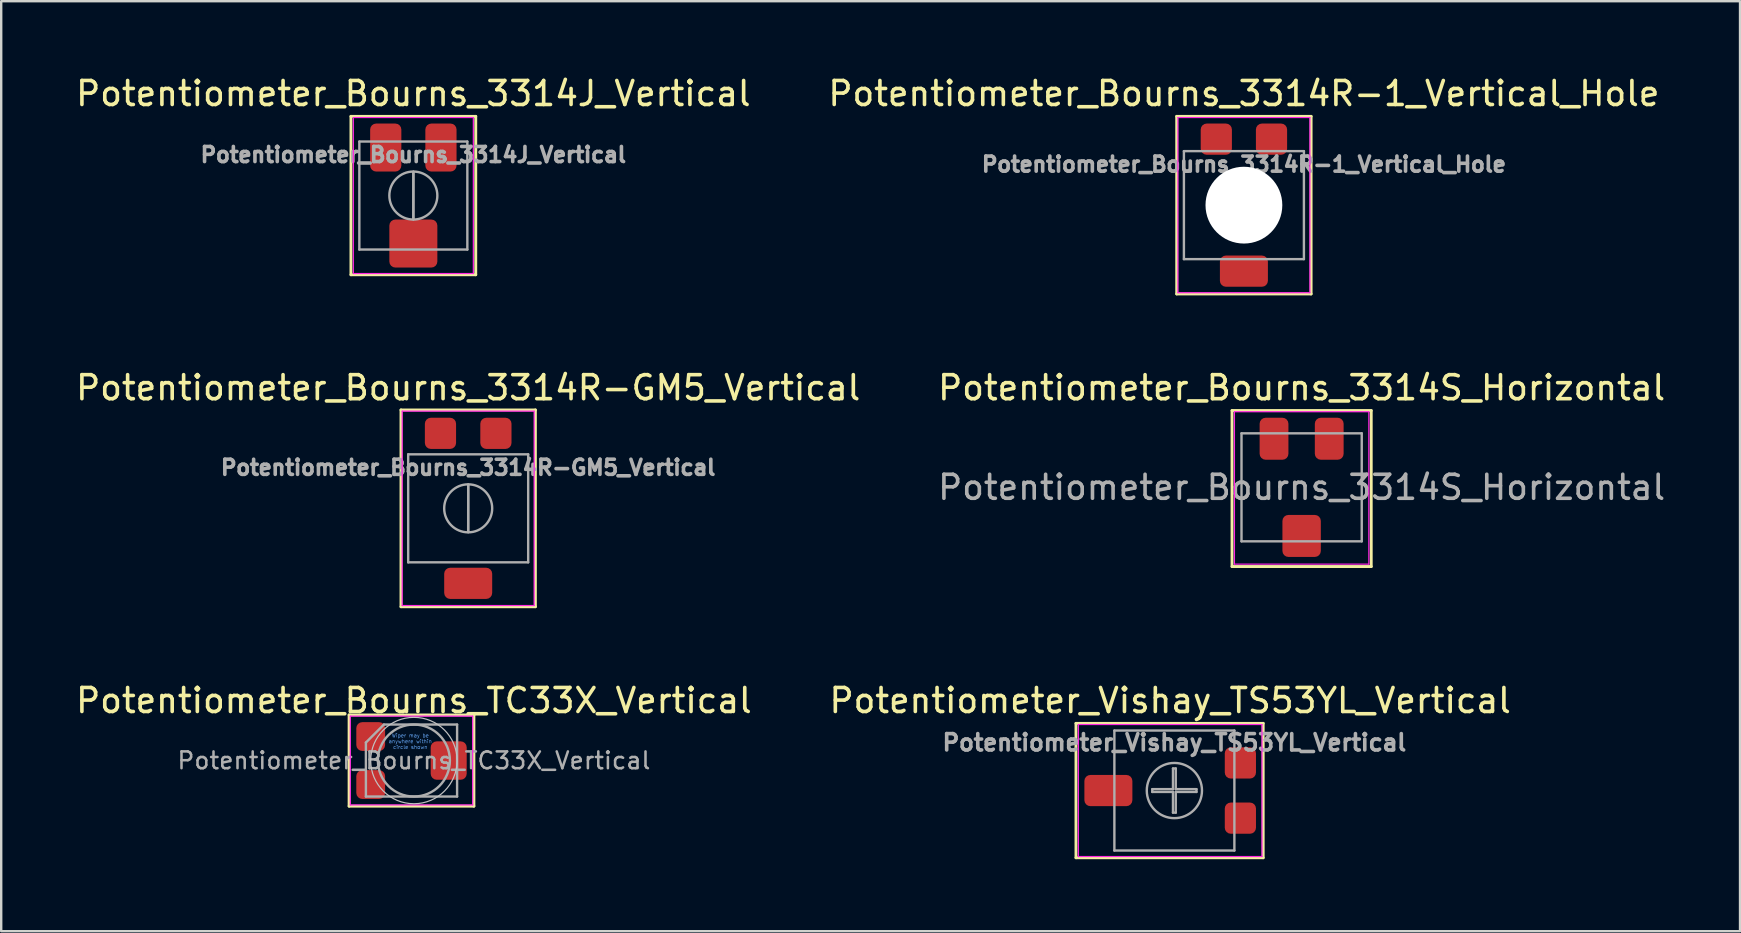
<source format=kicad_pcb>
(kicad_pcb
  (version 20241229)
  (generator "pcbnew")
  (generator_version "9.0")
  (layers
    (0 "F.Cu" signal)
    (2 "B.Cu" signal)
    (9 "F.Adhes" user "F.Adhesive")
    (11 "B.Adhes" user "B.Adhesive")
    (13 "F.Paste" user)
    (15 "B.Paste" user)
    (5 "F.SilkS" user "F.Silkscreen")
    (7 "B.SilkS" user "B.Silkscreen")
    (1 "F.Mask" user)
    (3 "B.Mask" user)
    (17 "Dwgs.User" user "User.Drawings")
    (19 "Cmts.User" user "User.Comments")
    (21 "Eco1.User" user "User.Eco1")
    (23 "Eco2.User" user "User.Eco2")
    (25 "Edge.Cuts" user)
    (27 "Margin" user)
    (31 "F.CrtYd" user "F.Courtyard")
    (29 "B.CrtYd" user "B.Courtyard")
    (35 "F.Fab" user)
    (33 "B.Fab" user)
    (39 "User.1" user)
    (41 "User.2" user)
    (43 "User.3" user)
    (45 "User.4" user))
  (footprint "Potentiometer_Vishay_TS53YL_Vertical"
    (layer "F.Cu")
    (at 45.883 29.89)
    (property "Reference" "Potentiometer_Vishay_TS53YL_Vertical" (at -0.175 -3.75 0) (layer "F.SilkS") (effects (font (size 1 1) (thickness 0.15))))
    (attr smd)
    (fp_line (start -4.1 -2.8) (end 3.7 -2.8) (stroke (width 0.12) (type solid)) (layer "F.SilkS"))
    (fp_line (start -4.1 2.8) (end -4.1 -2.8) (stroke (width 0.12) (type solid)) (layer "F.SilkS"))
    (fp_line (start 3.7 -2.8) (end 3.7 2.8) (stroke (width 0.12) (type solid)) (layer "F.SilkS"))
    (fp_line (start 3.7 2.8) (end -4.1 2.8) (stroke (width 0.12) (type solid)) (layer "F.SilkS"))
    (fp_line (start -4 -2.75) (end -4 2.75) (stroke (width 0.05) (type solid)) (layer "F.CrtYd"))
    (fp_line (start -4 2.75) (end 3.65 2.75) (stroke (width 0.05) (type solid)) (layer "F.CrtYd"))
    (fp_line (start 3.65 -2.75) (end -4 -2.75) (stroke (width 0.05) (type solid)) (layer "F.CrtYd"))
    (fp_line (start 3.65 2.75) (end 3.65 -2.75) (stroke (width 0.05) (type solid)) (layer "F.CrtYd"))
    (fp_line (start -2.5 -2.5) (end -2.5 2.5) (stroke (width 0.1) (type solid)) (layer "F.Fab"))
    (fp_line (start -2.5 2.5) (end 2.5 2.5) (stroke (width 0.1) (type solid)) (layer "F.Fab"))
    (fp_line (start -0.92 -0.058) (end -0.058 -0.058) (stroke (width 0.1) (type solid)) (layer "F.Fab"))
    (fp_line (start -0.92 0.058) (end -0.92 -0.058) (stroke (width 0.1) (type solid)) (layer "F.Fab"))
    (fp_line (start -0.058 -0.92) (end 0.058 -0.92) (stroke (width 0.1) (type solid)) (layer "F.Fab"))
    (fp_line (start -0.058 -0.058) (end -0.058 -0.92) (stroke (width 0.1) (type solid)) (layer "F.Fab"))
    (fp_line (start -0.058 0.058) (end -0.92 0.058) (stroke (width 0.1) (type solid)) (layer "F.Fab"))
    (fp_line (start -0.058 0.92) (end -0.058 0.058) (stroke (width 0.1) (type solid)) (layer "F.Fab"))
    (fp_line (start 0.058 -0.92) (end 0.058 -0.058) (stroke (width 0.1) (type solid)) (layer "F.Fab"))
    (fp_line (start 0.058 -0.058) (end 0.92 -0.058) (stroke (width 0.1) (type solid)) (layer "F.Fab"))
    (fp_line (start 0.058 0.058) (end 0.058 0.92) (stroke (width 0.1) (type solid)) (layer "F.Fab"))
    (fp_line (start 0.058 0.92) (end -0.058 0.92) (stroke (width 0.1) (type solid)) (layer "F.Fab"))
    (fp_line (start 0.92 -0.058) (end 0.92 0.058) (stroke (width 0.1) (type solid)) (layer "F.Fab"))
    (fp_line (start 0.92 0.058) (end 0.058 0.058) (stroke (width 0.1) (type solid)) (layer "F.Fab"))
    (fp_line (start 2.5 -2.5) (end -2.5 -2.5) (stroke (width 0.1) (type solid)) (layer "F.Fab"))
    (fp_line (start 2.5 2.5) (end 2.5 -2.5) (stroke (width 0.1) (type solid)) (layer "F.Fab"))
    (fp_circle (center 0 0) (end 1.15 0) (stroke (width 0.1) (type solid)) (fill no) (layer "F.Fab"))
    (fp_text user "${REFERENCE}" (at 0 -2 0) (layer "F.Fab") (effects (font (size 0.68 0.68) (thickness 0.15))))
    (pad "1" smd roundrect (at 2.75 -1.15) (size 1.3 1.3) (layers "F.Cu" "F.Mask" "F.Paste") (roundrect_rratio 0.192))
    (pad "2" smd roundrect (at -2.75 0) (size 2 1.3) (layers "F.Cu" "F.Mask" "F.Paste") (roundrect_rratio 0.192))
    (pad "3" smd roundrect (at 2.75 1.15) (size 1.3 1.3) (layers "F.Cu" "F.Mask" "F.Paste") (roundrect_rratio 0.192)))
  (footprint "Potentiometer_Bourns_3314S_Horizontal"
    (layer "F.Cu")
    (at 51.185 17.256)
    (property "Reference" "Potentiometer_Bourns_3314S_Horizontal" (at 0 -4.15 0) (layer "F.SilkS") (effects (font (size 1 1) (thickness 0.15))))
    (attr smd)
    (fp_line (start -2.9 -3.2) (end 2.9 -3.2) (stroke (width 0.12) (type solid)) (layer "F.SilkS"))
    (fp_line (start -2.9 3.3) (end -2.9 -3.2) (stroke (width 0.12) (type solid)) (layer "F.SilkS"))
    (fp_line (start 2.9 -3.2) (end 2.9 3.3) (stroke (width 0.12) (type solid)) (layer "F.SilkS"))
    (fp_line (start 2.9 3.3) (end -2.9 3.3) (stroke (width 0.12) (type solid)) (layer "F.SilkS"))
    (fp_line (start -2.8 -3.15) (end -2.8 3.2) (stroke (width 0.05) (type solid)) (layer "F.CrtYd"))
    (fp_line (start -2.8 3.2) (end 2.8 3.2) (stroke (width 0.05) (type solid)) (layer "F.CrtYd"))
    (fp_line (start 2.8 -3.15) (end -2.8 -3.15) (stroke (width 0.05) (type solid)) (layer "F.CrtYd"))
    (fp_line (start 2.8 3.2) (end 2.8 -3.15) (stroke (width 0.05) (type solid)) (layer "F.CrtYd"))
    (fp_line (start -2.505 -2.25) (end -2.505 2.25) (stroke (width 0.1) (type solid)) (layer "F.Fab"))
    (fp_line (start -2.505 2.25) (end 2.505 2.25) (stroke (width 0.1) (type solid)) (layer "F.Fab"))
    (fp_line (start 2.505 -2.25) (end -2.505 -2.25) (stroke (width 0.1) (type solid)) (layer "F.Fab"))
    (fp_line (start 2.505 2.25) (end 2.505 -2.25) (stroke (width 0.1) (type solid)) (layer "F.Fab"))
    (fp_text user "${REFERENCE}" (at 0 0 0) (layer "F.Fab") (effects (font (size 1 1) (thickness 0.15))))
    (pad "1" smd roundrect (at 1.15 -2.025) (size 1.2 1.75) (layers "F.Cu" "F.Mask" "F.Paste") (roundrect_rratio 0.208))
    (pad "2" smd roundrect (at 0 2.025) (size 1.6 1.75) (layers "F.Cu" "F.Mask" "F.Paste") (roundrect_rratio 0.156))
    (pad "3" smd roundrect (at -1.15 -2.025) (size 1.2 1.75) (layers "F.Cu" "F.Mask" "F.Paste") (roundrect_rratio 0.208)))
  (footprint "Potentiometer_Bourns_3314J_Vertical"
    (layer "F.Cu")
    (at 14.173 5.098)
    (property "Reference" "Potentiometer_Bourns_3314J_Vertical" (at 0 -4.25 0) (layer "F.SilkS") (effects (font (size 1 1) (thickness 0.15))))
    (attr smd)
    (fp_line (start -2.6 -3.3) (end 2.6 -3.3) (stroke (width 0.12) (type solid)) (layer "F.SilkS"))
    (fp_line (start -2.6 3.3) (end -2.6 -3.3) (stroke (width 0.12) (type solid)) (layer "F.SilkS"))
    (fp_line (start 2.6 -3.3) (end 2.6 3.3) (stroke (width 0.12) (type solid)) (layer "F.SilkS"))
    (fp_line (start 2.6 3.3) (end -2.6 3.3) (stroke (width 0.12) (type solid)) (layer "F.SilkS"))
    (fp_line (start -2.5 -3.25) (end -2.5 3.25) (stroke (width 0.05) (type solid)) (layer "F.CrtYd"))
    (fp_line (start -2.5 3.25) (end 2.5 3.25) (stroke (width 0.05) (type solid)) (layer "F.CrtYd"))
    (fp_line (start 2.5 -3.25) (end -2.5 -3.25) (stroke (width 0.05) (type solid)) (layer "F.CrtYd"))
    (fp_line (start 2.5 3.25) (end 2.5 -3.25) (stroke (width 0.05) (type solid)) (layer "F.CrtYd"))
    (fp_line (start -2.25 -2.25) (end -2.25 2.25) (stroke (width 0.1) (type solid)) (layer "F.Fab"))
    (fp_line (start -2.25 2.25) (end 2.25 2.25) (stroke (width 0.1) (type solid)) (layer "F.Fab"))
    (fp_line (start 0 0.99) (end 0.001 -0.989) (stroke (width 0.1) (type solid)) (layer "F.Fab"))
    (fp_line (start 0 0.99) (end 0.001 -0.989) (stroke (width 0.1) (type solid)) (layer "F.Fab"))
    (fp_line (start 2.25 -2.25) (end -2.25 -2.25) (stroke (width 0.1) (type solid)) (layer "F.Fab"))
    (fp_line (start 2.25 2.25) (end 2.25 -2.25) (stroke (width 0.1) (type solid)) (layer "F.Fab"))
    (fp_circle (center 0 0) (end 1 0) (stroke (width 0.1) (type solid)) (fill no) (layer "F.Fab"))
    (fp_text user "${REFERENCE}" (at 0 -1.7 0) (layer "F.Fab") (effects (font (size 0.63 0.63) (thickness 0.15))))
    (pad "1" smd roundrect (at 1.15 -2) (size 1.3 2) (layers "F.Cu" "F.Mask" "F.Paste") (roundrect_rratio 0.192))
    (pad "2" smd roundrect (at 0 2) (size 2 2) (layers "F.Cu" "F.Mask" "F.Paste") (roundrect_rratio 0.125))
    (pad "3" smd roundrect (at -1.15 -2) (size 1.3 2) (layers "F.Cu" "F.Mask" "F.Paste") (roundrect_rratio 0.192)))
  (footprint "Potentiometer_Bourns_3314R-1_Vertical_Hole"
    (layer "F.Cu")
    (at 48.78 5.498)
    (property "Reference" "Potentiometer_Bourns_3314R-1_Vertical_Hole" (at 0 -4.65 0) (layer "F.SilkS") (effects (font (size 1 1) (thickness 0.15))))
    (attr smd)
    (fp_line (start -2.8 -3.7) (end 2.8 -3.7) (stroke (width 0.12) (type solid)) (layer "F.SilkS"))
    (fp_line (start -2.8 3.7) (end -2.8 -3.7) (stroke (width 0.12) (type solid)) (layer "F.SilkS"))
    (fp_line (start 2.8 -3.7) (end 2.8 3.7) (stroke (width 0.12) (type solid)) (layer "F.SilkS"))
    (fp_line (start 2.8 3.7) (end -2.8 3.7) (stroke (width 0.12) (type solid)) (layer "F.SilkS"))
    (fp_line (start -2.75 -3.65) (end -2.75 3.65) (stroke (width 0.05) (type solid)) (layer "F.CrtYd"))
    (fp_line (start -2.75 3.65) (end 2.75 3.65) (stroke (width 0.05) (type solid)) (layer "F.CrtYd"))
    (fp_line (start 2.75 -3.65) (end -2.75 -3.65) (stroke (width 0.05) (type solid)) (layer "F.CrtYd"))
    (fp_line (start 2.75 3.65) (end 2.75 -3.65) (stroke (width 0.05) (type solid)) (layer "F.CrtYd"))
    (fp_line (start -2.5 -2.25) (end -2.5 2.25) (stroke (width 0.1) (type solid)) (layer "F.Fab"))
    (fp_line (start -2.5 2.25) (end 2.5 2.25) (stroke (width 0.1) (type solid)) (layer "F.Fab"))
    (fp_line (start 2.5 -2.25) (end -2.5 -2.25) (stroke (width 0.1) (type solid)) (layer "F.Fab"))
    (fp_line (start 2.5 2.25) (end 2.5 -2.25) (stroke (width 0.1) (type solid)) (layer "F.Fab"))
    (fp_text user "${REFERENCE}" (at 0 -1.7 0) (layer "F.Fab") (effects (font (size 0.63 0.63) (thickness 0.15))))
    (pad "" np_thru_hole circle (at 0 0) (size 3.2 3.2) (drill 3.2) (layers "*.Cu" "*.Mask"))
    (pad "1" smd roundrect (at 1.15 -2.75) (size 1.3 1.3) (layers "F.Cu" "F.Mask" "F.Paste") (roundrect_rratio 0.192))
    (pad "2" smd roundrect (at 0 2.75) (size 2 1.3) (layers "F.Cu" "F.Mask" "F.Paste") (roundrect_rratio 0.192))
    (pad "3" smd roundrect (at -1.15 -2.75) (size 1.3 1.3) (layers "F.Cu" "F.Mask" "F.Paste") (roundrect_rratio 0.192)))
  (footprint "Potentiometer_Bourns_3314R-GM5_Vertical"
    (layer "F.Cu")
    (at 16.458 18.131)
    (property "Reference" "Potentiometer_Bourns_3314R-GM5_Vertical" (at 0 -5.025 0) (layer "F.SilkS") (effects (font (size 1 1) (thickness 0.15))))
    (attr smd)
    (fp_line (start -2.8 -4.1) (end -2.8 4.1) (stroke (width 0.12) (type solid)) (layer "F.SilkS"))
    (fp_line (start -2.8 4.1) (end 2.8 4.1) (stroke (width 0.12) (type solid)) (layer "F.SilkS"))
    (fp_line (start 2.8 -4.1) (end -2.8 -4.1) (stroke (width 0.12) (type solid)) (layer "F.SilkS"))
    (fp_line (start 2.8 4.1) (end 2.8 -4.1) (stroke (width 0.12) (type solid)) (layer "F.SilkS"))
    (fp_line (start -2.75 -4.05) (end -2.75 4.05) (stroke (width 0.05) (type solid)) (layer "F.CrtYd"))
    (fp_line (start -2.75 4.05) (end 2.75 4.05) (stroke (width 0.05) (type solid)) (layer "F.CrtYd"))
    (fp_line (start 2.75 -4.05) (end -2.75 -4.05) (stroke (width 0.05) (type solid)) (layer "F.CrtYd"))
    (fp_line (start 2.75 4.05) (end 2.75 -4.05) (stroke (width 0.05) (type solid)) (layer "F.CrtYd"))
    (fp_line (start -2.5 -2.25) (end -2.5 2.25) (stroke (width 0.1) (type solid)) (layer "F.Fab"))
    (fp_line (start -2.5 2.25) (end 2.5 2.25) (stroke (width 0.1) (type solid)) (layer "F.Fab"))
    (fp_line (start 0 0.99) (end 0.001 -0.989) (stroke (width 0.1) (type solid)) (layer "F.Fab"))
    (fp_line (start 0 0.99) (end 0.001 -0.989) (stroke (width 0.1) (type solid)) (layer "F.Fab"))
    (fp_line (start 2.5 -2.25) (end -2.5 -2.25) (stroke (width 0.1) (type solid)) (layer "F.Fab"))
    (fp_line (start 2.5 2.25) (end 2.5 -2.25) (stroke (width 0.1) (type solid)) (layer "F.Fab"))
    (fp_circle (center 0 0) (end 1 0) (stroke (width 0.1) (type solid)) (fill no) (layer "F.Fab"))
    (fp_text user "${REFERENCE}" (at 0 -1.7 0) (layer "F.Fab") (effects (font (size 0.63 0.63) (thickness 0.15))))
    (pad "1" smd roundrect (at 1.155 -3.125) (size 1.3 1.3) (layers "F.Cu" "F.Mask" "F.Paste") (roundrect_rratio 0.192))
    (pad "2" smd roundrect (at 0 3.125) (size 2 1.3) (layers "F.Cu" "F.Mask" "F.Paste") (roundrect_rratio 0.192))
    (pad "3" smd roundrect (at -1.155 -3.125) (size 1.3 1.3) (layers "F.Cu" "F.Mask" "F.Paste") (roundrect_rratio 0.192)))
  (footprint "Potentiometer_Bourns_TC33X_Vertical"
    (layer "F.Cu")
    (at 14.196 28.64)
    (property "Reference" "Potentiometer_Bourns_TC33X_Vertical" (at 0 -2.5 0) (layer "F.SilkS") (effects (font (size 1 1) (thickness 0.15))))
    (attr smd)
    (fp_line (start -2.7 -1.9) (end -2.7 1.9) (stroke (width 0.12) (type solid)) (layer "F.SilkS"))
    (fp_line (start -2.7 1.9) (end 2.5 1.9) (stroke (width 0.12) (type solid)) (layer "F.SilkS"))
    (fp_line (start 2.5 -1.9) (end -2.7 -1.9) (stroke (width 0.12) (type solid)) (layer "F.SilkS"))
    (fp_line (start 2.5 1.9) (end 2.5 -1.9) (stroke (width 0.12) (type solid)) (layer "F.SilkS"))
    (fp_circle (center 0 0) (end 1.8 0) (stroke (width 0.05) (type solid)) (fill no) (layer "Dwgs.User"))
    (fp_line (start -2.65 -1.85) (end 2.45 -1.85) (stroke (width 0.05) (type solid)) (layer "F.CrtYd"))
    (fp_line (start -2.65 1.85) (end -2.65 -1.85) (stroke (width 0.05) (type solid)) (layer "F.CrtYd"))
    (fp_line (start 2.45 -1.85) (end 2.45 1.85) (stroke (width 0.05) (type solid)) (layer "F.CrtYd"))
    (fp_line (start 2.45 1.85) (end -2.65 1.85) (stroke (width 0.05) (type solid)) (layer "F.CrtYd"))
    (fp_line (start -2 -0.75) (end -2 1.5) (stroke (width 0.1) (type solid)) (layer "F.Fab"))
    (fp_line (start -2 1.5) (end 1.8 1.5) (stroke (width 0.1) (type solid)) (layer "F.Fab"))
    (fp_line (start -1.25 -1.5) (end -2 -0.75) (stroke (width 0.1) (type solid)) (layer "F.Fab"))
    (fp_line (start 1.8 -1.5) (end -1.25 -1.5) (stroke (width 0.1) (type solid)) (layer "F.Fab"))
    (fp_line (start 1.8 1.5) (end 1.8 -1.5) (stroke (width 0.1) (type solid)) (layer "F.Fab"))
    (fp_circle (center 0 0) (end 1.5 0) (stroke (width 0.1) (type solid)) (fill no) (layer "F.Fab"))
    (fp_text user "Wiper may be\nanywhere within\ncircle shown" (at -0.15 -0.8 0) (layer "Cmts.User") (effects (font (size 0.15 0.15) (thickness 0.02))))
    (fp_text user "${REFERENCE}" (at 0 0 0) (layer "F.Fab") (effects (font (size 0.7 0.7) (thickness 0.105))))
    (pad "1" smd roundrect (at -1.8 -1) (size 1.2 1.2) (layers "F.Cu" "F.Mask" "F.Paste") (roundrect_rratio 0.208))
    (pad "2" smd roundrect (at 1.45 0) (size 1.5 1.6) (layers "F.Cu" "F.Mask" "F.Paste") (roundrect_rratio 0.167))
    (pad "3" smd roundrect (at -1.8 1) (size 1.2 1.2) (layers "F.Cu" "F.Mask" "F.Paste") (roundrect_rratio 0.208)))
  (gr_rect
    (start -3 -3)
    (end 69.452 35.75)
    (stroke (width 0.1) (type default))
    (fill no)
    (layer "Edge.Cuts")))
</source>
